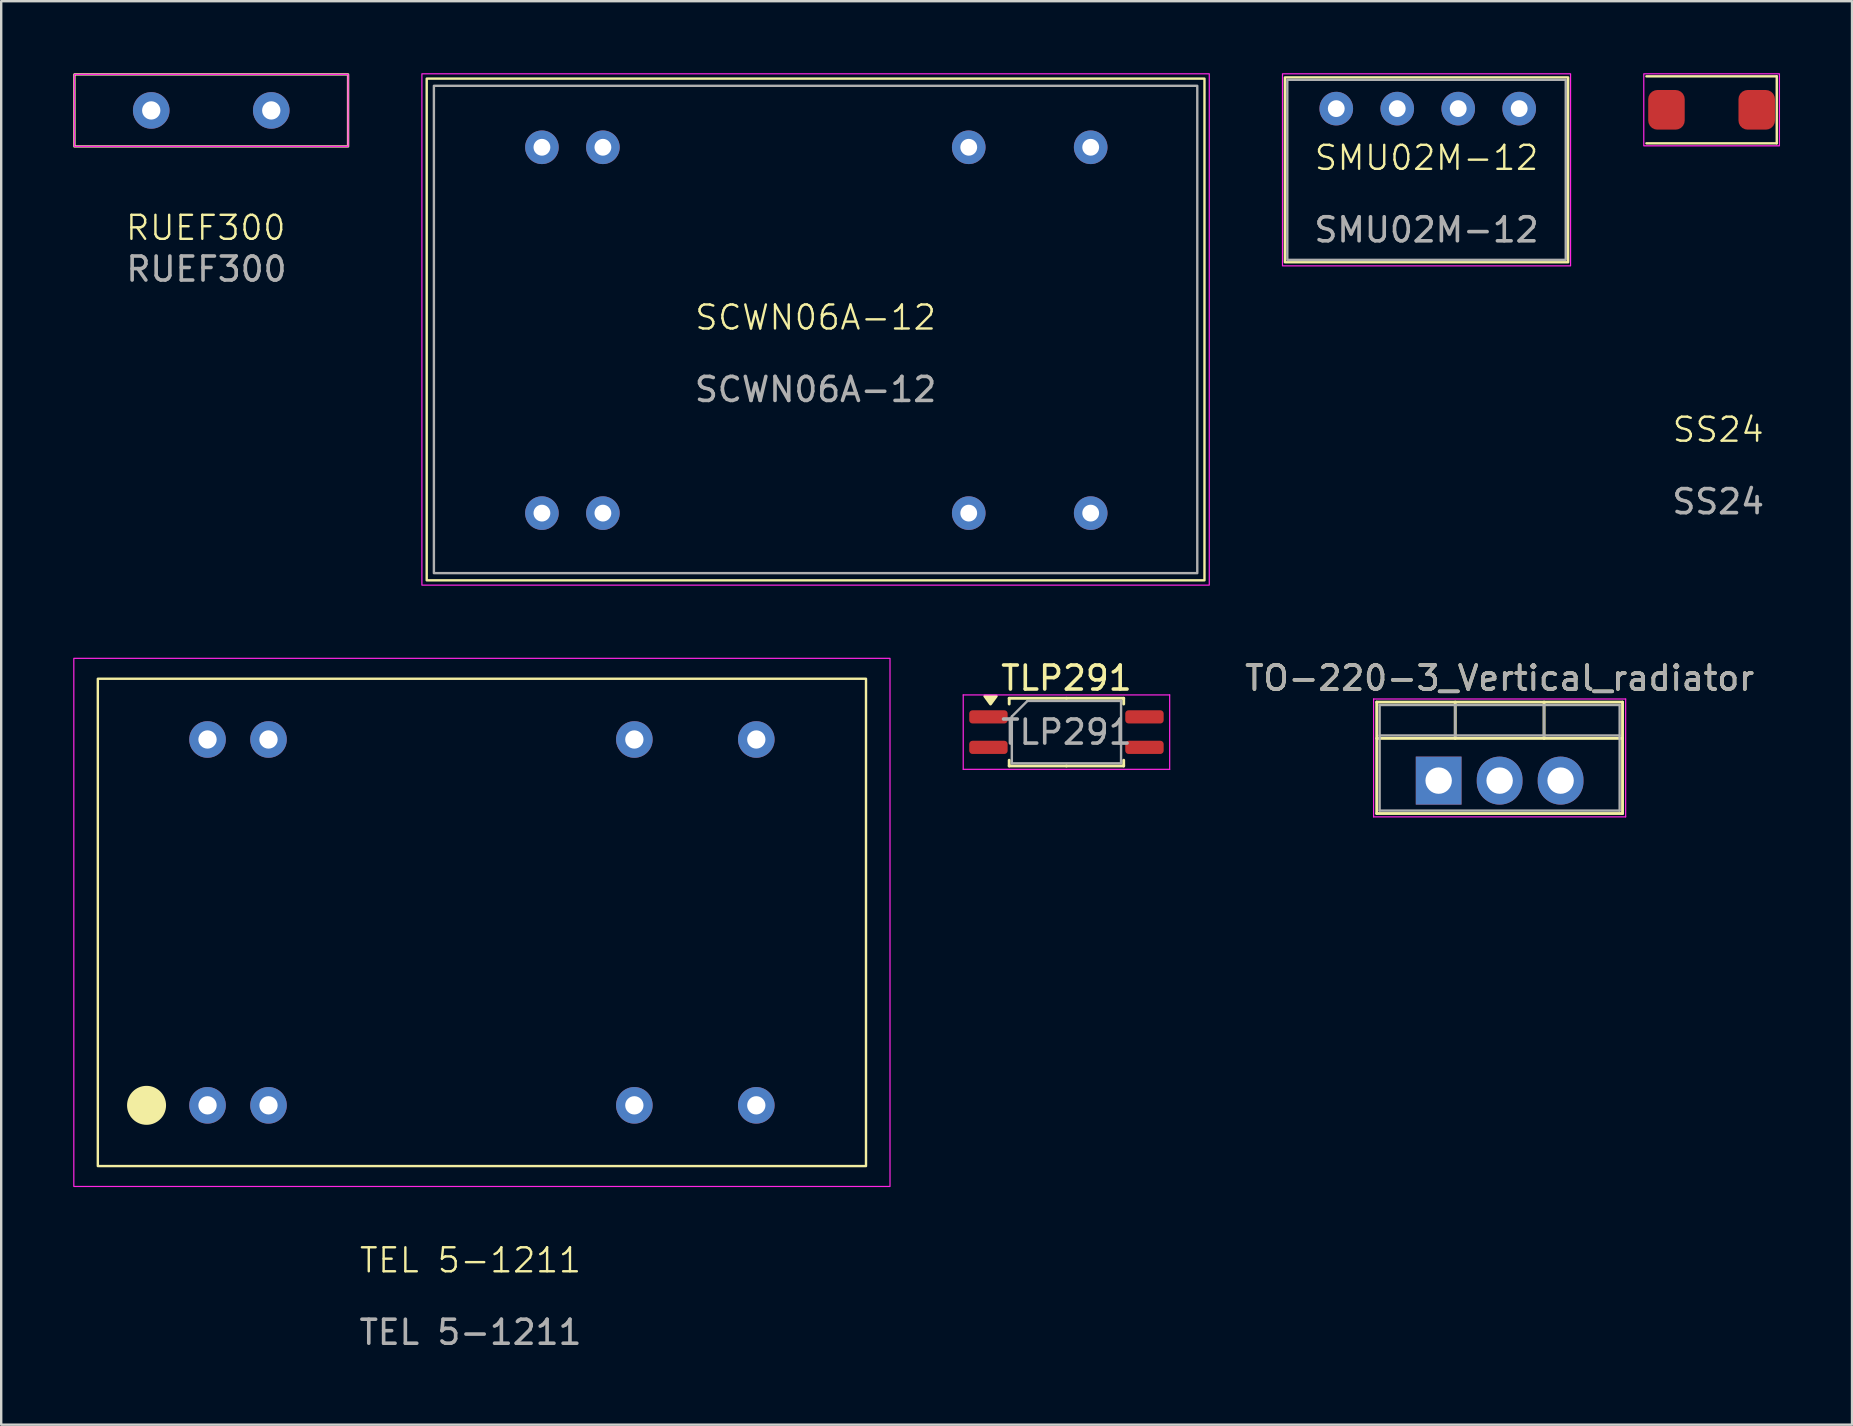
<source format=kicad_pcb>
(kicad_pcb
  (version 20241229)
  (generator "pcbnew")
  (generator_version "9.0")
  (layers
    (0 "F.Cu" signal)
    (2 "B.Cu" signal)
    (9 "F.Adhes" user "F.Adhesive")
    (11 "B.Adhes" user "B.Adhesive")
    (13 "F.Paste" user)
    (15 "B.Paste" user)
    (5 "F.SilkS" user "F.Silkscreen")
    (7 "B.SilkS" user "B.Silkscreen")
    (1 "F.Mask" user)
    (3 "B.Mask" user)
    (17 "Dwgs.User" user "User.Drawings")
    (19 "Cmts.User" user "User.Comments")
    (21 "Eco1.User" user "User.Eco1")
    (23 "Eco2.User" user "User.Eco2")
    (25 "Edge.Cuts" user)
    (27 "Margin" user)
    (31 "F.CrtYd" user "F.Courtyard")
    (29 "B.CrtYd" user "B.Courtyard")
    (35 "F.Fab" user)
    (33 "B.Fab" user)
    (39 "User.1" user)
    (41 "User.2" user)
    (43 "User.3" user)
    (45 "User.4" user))
  (footprint "TO-220-3_Vertical_radiator"
    (layer "F.Cu")
    (at 56.88 29.468)
    (property "Reference" "TO-220-3_Vertical_radiator" (at 2.54 -4.27 0) (layer "F.SilkS") (effects (font (size 1 1) (thickness 0.15))))
    (attr through_hole)
    (fp_line (start -2.58 -3.27) (end -2.58 1.371) (stroke (width 0.12) (type solid)) (layer "F.SilkS"))
    (fp_line (start -2.58 -3.27) (end 7.66 -3.27) (stroke (width 0.12) (type solid)) (layer "F.SilkS"))
    (fp_line (start -2.58 -1.76) (end 7.66 -1.76) (stroke (width 0.12) (type solid)) (layer "F.SilkS"))
    (fp_line (start -2.58 1.371) (end 7.66 1.371) (stroke (width 0.12) (type solid)) (layer "F.SilkS"))
    (fp_line (start 0.69 -3.27) (end 0.69 -1.76) (stroke (width 0.12) (type solid)) (layer "F.SilkS"))
    (fp_line (start 4.391 -3.27) (end 4.391 -1.76) (stroke (width 0.12) (type solid)) (layer "F.SilkS"))
    (fp_line (start 7.66 -3.27) (end 7.66 1.371) (stroke (width 0.12) (type solid)) (layer "F.SilkS"))
    (fp_line (start -2.71 -3.4) (end -2.71 1.51) (stroke (width 0.05) (type solid)) (layer "F.CrtYd"))
    (fp_line (start -2.71 1.51) (end 7.79 1.51) (stroke (width 0.05) (type solid)) (layer "F.CrtYd"))
    (fp_line (start 7.79 -3.4) (end -2.71 -3.4) (stroke (width 0.05) (type solid)) (layer "F.CrtYd"))
    (fp_line (start 7.79 1.51) (end 7.79 -3.4) (stroke (width 0.05) (type solid)) (layer "F.CrtYd"))
    (fp_line (start -2.46 -3.15) (end -2.46 1.25) (stroke (width 0.1) (type solid)) (layer "F.Fab"))
    (fp_line (start -2.46 -1.88) (end 7.54 -1.88) (stroke (width 0.1) (type solid)) (layer "F.Fab"))
    (fp_line (start -2.46 1.25) (end 7.54 1.25) (stroke (width 0.1) (type solid)) (layer "F.Fab"))
    (fp_line (start 0.69 -3.15) (end 0.69 -1.88) (stroke (width 0.1) (type solid)) (layer "F.Fab"))
    (fp_line (start 4.39 -3.15) (end 4.39 -1.88) (stroke (width 0.1) (type solid)) (layer "F.Fab"))
    (fp_line (start 7.54 -3.15) (end -2.46 -3.15) (stroke (width 0.1) (type solid)) (layer "F.Fab"))
    (fp_line (start 7.54 1.25) (end 7.54 -3.15) (stroke (width 0.1) (type solid)) (layer "F.Fab"))
    (fp_text user "${REFERENCE}" (at 2.54 -4.27 0) (layer "F.Fab") (effects (font (size 1 1) (thickness 0.15))))
    (pad "1" thru_hole rect (at 0 0) (size 1.905 2) (drill 1.1) (layers "*.Cu" "*.Mask"))
    (pad "2" thru_hole oval (at 2.54 0) (size 1.905 2) (drill 1.1) (layers "*.Cu" "*.Mask"))
    (pad "3" thru_hole oval (at 5.08 0) (size 1.905 2) (drill 1.1) (layers "*.Cu" "*.Mask")))
  (footprint "SCWN06A-12"
    (layer "F.Cu")
    (at 30.925 10.675)
    (property "Reference" "SCWN06A-12" (at 0 -0.5 0) (unlocked yes) (layer "F.SilkS") (effects (font (size 1 1) (thickness 0.1))))
    (attr through_hole)
    (fp_rect (start -16.2 -10.45) (end 16.2 10.45) (stroke (width 0.1) (type default)) (fill no) (layer "F.SilkS"))
    (fp_rect (start -16.4 -10.65) (end 16.4 10.65) (stroke (width 0.05) (type default)) (fill no) (layer "F.CrtYd"))
    (fp_rect (start -15.9 -10.15) (end 15.9 10.15) (stroke (width 0.1) (type default)) (fill no) (layer "F.Fab"))
    (fp_text user "${REFERENCE}" (at 0 2.5 0) (unlocked yes) (layer "F.Fab") (effects (font (size 1 1) (thickness 0.15))))
    (pad "2" thru_hole circle (at -11.4 7.65 90) (size 1.4 1.4) (drill 0.7) (layers "*.Cu" "*.Mask"))
    (pad "3" thru_hole circle (at -8.86 7.65 90) (size 1.4 1.4) (drill 0.7) (layers "*.Cu" "*.Mask"))
    (pad "9" thru_hole circle (at 6.38 7.65 90) (size 1.4 1.4) (drill 0.7) (layers "*.Cu" "*.Mask"))
    (pad "11" thru_hole circle (at 11.46 7.65 90) (size 1.4 1.4) (drill 0.7) (layers "*.Cu" "*.Mask"))
    (pad "14" thru_hole circle (at 11.46 -7.59 90) (size 1.4 1.4) (drill 0.7) (layers "*.Cu" "*.Mask"))
    (pad "16" thru_hole circle (at 6.38 -7.59 90) (size 1.4 1.4) (drill 0.7) (layers "*.Cu" "*.Mask"))
    (pad "22" thru_hole circle (at -8.86 -7.59 90) (size 1.4 1.4) (drill 0.7) (layers "*.Cu" "*.Mask"))
    (pad "23" thru_hole circle (at -11.4 -7.59 90) (size 1.4 1.4) (drill 0.7) (layers "*.Cu" "*.Mask")))
  (footprint "RUEF300"
    (layer "F.Cu")
    (at 5.75 1.55)
    (property "Reference" "RUEF300" (at -0.23 4.89 0) (unlocked yes) (layer "F.SilkS") (effects (font (size 1 1) (thickness 0.1))))
    (attr through_hole)
    (fp_rect (start -5.7 -1.5) (end 5.7 1.5) (stroke (width 0.1) (type default)) (fill no) (layer "F.SilkS"))
    (fp_rect (start -5.7 -1.5) (end 5.7 1.5) (stroke (width 0.05) (type default)) (fill no) (layer "F.CrtYd"))
    (fp_text user "${REFERENCE}" (at -0.2 6.61 0) (unlocked yes) (layer "F.Fab") (effects (font (size 1 1) (thickness 0.15))))
    (pad "1" thru_hole circle (at -2.5 0) (size 1.524 1.524) (drill 0.762) (layers "*.Cu" "*.Mask"))
    (pad "2" thru_hole circle (at 2.5 0) (size 1.524 1.524) (drill 0.762) (layers "*.Cu" "*.Mask")))
  (footprint "TEL 5-1211"
    (layer "F.Cu")
    (at 17.025 35.375)
    (property "Reference" "TEL 5-1211" (at -0.475 14.075 0) (unlocked yes) (layer "F.SilkS") (effects (font (size 1 1) (thickness 0.1))))
    (attr through_hole)
    (fp_rect (start 16 -10.15) (end -16 10.15) (stroke (width 0.1) (type default)) (fill no) (layer "F.SilkS"))
    (fp_circle (center -13.97 7.62) (end -13.208 7.62) (stroke (width 0.1) (type solid)) (fill yes) (layer "F.SilkS"))
    (fp_rect (start 17 11) (end -17 -11) (stroke (width 0.05) (type default)) (fill no) (layer "F.CrtYd"))
    (fp_text user "${REFERENCE}" (at -0.475 17.075 0) (unlocked yes) (layer "F.Fab") (effects (font (size 1 1) (thickness 0.15))))
    (pad "2" thru_hole circle (at -11.43 7.62) (size 1.524 1.524) (drill 0.762) (layers "*.Cu" "*.Mask"))
    (pad "3" thru_hole circle (at -8.89 7.62) (size 1.524 1.524) (drill 0.762) (layers "*.Cu" "*.Mask"))
    (pad "9" thru_hole circle (at 6.35 7.62) (size 1.524 1.524) (drill 0.762) (layers "*.Cu" "*.Mask"))
    (pad "11" thru_hole circle (at 11.43 7.62) (size 1.524 1.524) (drill 0.762) (layers "*.Cu" "*.Mask"))
    (pad "14" thru_hole circle (at 11.43 -7.62) (size 1.524 1.524) (drill 0.762) (layers "*.Cu" "*.Mask"))
    (pad "16" thru_hole circle (at 6.35 -7.62) (size 1.524 1.524) (drill 0.762) (layers "*.Cu" "*.Mask"))
    (pad "22" thru_hole circle (at -8.89 -7.62) (size 1.524 1.524) (drill 0.762) (layers "*.Cu" "*.Mask"))
    (pad "23" thru_hole circle (at -11.43 -7.62) (size 1.524 1.524) (drill 0.762) (layers "*.Cu" "*.Mask")))
  (footprint "TLP291"
    (layer "F.Cu")
    (at 41.375 27.448)
    (property "Reference" "TLP291" (at 0 -2.25 0) (layer "F.SilkS") (effects (font (size 1 1) (thickness 0.15))))
    (attr smd)
    (fp_line (start -2.385 -1.41) (end -2.385 -1.17) (stroke (width 0.12) (type solid)) (layer "F.SilkS"))
    (fp_line (start -2.385 1.41) (end -2.385 1.17) (stroke (width 0.12) (type solid)) (layer "F.SilkS"))
    (fp_line (start 0 -1.41) (end -2.385 -1.41) (stroke (width 0.12) (type solid)) (layer "F.SilkS"))
    (fp_line (start 0 -1.41) (end 2.385 -1.41) (stroke (width 0.12) (type solid)) (layer "F.SilkS"))
    (fp_line (start 0 1.41) (end -2.385 1.41) (stroke (width 0.12) (type solid)) (layer "F.SilkS"))
    (fp_line (start 0 1.41) (end 2.385 1.41) (stroke (width 0.12) (type solid)) (layer "F.SilkS"))
    (fp_line (start 2.385 -1.41) (end 2.385 -1.17) (stroke (width 0.12) (type solid)) (layer "F.SilkS"))
    (fp_line (start 2.385 1.41) (end 2.385 1.17) (stroke (width 0.12) (type solid)) (layer "F.SilkS"))
    (fp_poly (pts (xy -3.163 -1.17) (xy -3.402 -1.5) (xy -2.922 -1.5) (xy -3.163 -1.17)) (stroke (width 0.12) (type solid)) (fill yes) (layer "F.SilkS"))
    (fp_line (start -4.3 -1.55) (end -4.3 1.55) (stroke (width 0.05) (type solid)) (layer "F.CrtYd"))
    (fp_line (start -4.3 1.55) (end 4.3 1.55) (stroke (width 0.05) (type solid)) (layer "F.CrtYd"))
    (fp_line (start 4.3 -1.55) (end -4.3 -1.55) (stroke (width 0.05) (type solid)) (layer "F.CrtYd"))
    (fp_line (start 4.3 1.55) (end 4.3 -1.55) (stroke (width 0.05) (type solid)) (layer "F.CrtYd"))
    (fp_line (start -2.275 -0.65) (end -1.625 -1.3) (stroke (width 0.1) (type solid)) (layer "F.Fab"))
    (fp_line (start -2.275 1.3) (end -2.275 -0.65) (stroke (width 0.1) (type solid)) (layer "F.Fab"))
    (fp_line (start -1.625 -1.3) (end 2.275 -1.3) (stroke (width 0.1) (type solid)) (layer "F.Fab"))
    (fp_line (start 2.275 -1.3) (end 2.275 1.3) (stroke (width 0.1) (type solid)) (layer "F.Fab"))
    (fp_line (start 2.275 1.3) (end -2.275 1.3) (stroke (width 0.1) (type solid)) (layer "F.Fab"))
    (fp_text user "${REFERENCE}" (at 0 0 0) (layer "F.Fab") (effects (font (size 1 1) (thickness 0.15))))
    (pad "1" smd roundrect (at -3.25 -0.635) (size 1.6 0.55) (layers "F.Cu" "F.Mask" "F.Paste") (roundrect_rratio 0.25))
    (pad "2" smd roundrect (at -3.25 0.635) (size 1.6 0.55) (layers "F.Cu" "F.Mask" "F.Paste") (roundrect_rratio 0.25))
    (pad "3" smd roundrect (at 3.25 0.635) (size 1.6 0.55) (layers "F.Cu" "F.Mask" "F.Paste") (roundrect_rratio 0.25))
    (pad "4" smd roundrect (at 3.25 -0.635) (size 1.6 0.55) (layers "F.Cu" "F.Mask" "F.Paste") (roundrect_rratio 0.25)))
  (footprint "SS24"
    (layer "F.Cu")
    (at 68.25 1.525)
    (property "Reference" "SS24" (at 0.275 13.325 0) (unlocked yes) (layer "F.SilkS") (effects (font (size 1 1) (thickness 0.1))))
    (attr smd)
    (fp_line (start -2.715 1.395) (end 2.715 1.395) (stroke (width 0.1) (type default)) (layer "F.SilkS"))
    (fp_line (start 2.715 -1.395) (end -2.715 -1.395) (stroke (width 0.1) (type default)) (layer "F.SilkS"))
    (fp_line (start 2.715 1.395) (end 2.715 -1.395) (stroke (width 0.1) (type default)) (layer "F.SilkS"))
    (fp_rect (start 2.825 1.5) (end -2.825 -1.5) (stroke (width 0.05) (type default)) (fill no) (layer "F.CrtYd"))
    (fp_text user "${REFERENCE}" (at 0.275 16.325 0) (unlocked yes) (layer "F.Fab") (effects (font (size 1 1) (thickness 0.15))))
    (pad "1" smd roundrect (at -1.88 0) (size 1.52 1.65) (layers "F.Cu" "F.Mask" "F.Paste") (roundrect_rratio 0.25))
    (pad "2" smd roundrect (at 1.88 0) (size 1.52 1.65) (layers "F.Cu" "F.Mask" "F.Paste") (roundrect_rratio 0.25)))
  (footprint "SMU02M-12"
    (layer "F.Cu")
    (at 56.375 4.025)
    (property "Reference" "SMU02M-12" (at 0 -0.5 0) (unlocked yes) (layer "F.SilkS") (effects (font (size 1 1) (thickness 0.1))))
    (attr through_hole)
    (fp_rect (start -5.9 -3.85) (end 5.9 3.85) (stroke (width 0.1) (type default)) (fill no) (layer "F.SilkS"))
    (fp_rect (start -6 -4) (end 6 4) (stroke (width 0.05) (type default)) (fill no) (layer "F.CrtYd"))
    (fp_rect (start -5.8 -3.75) (end 5.8 3.75) (stroke (width 0.1) (type default)) (fill no) (layer "F.Fab"))
    (fp_text user "${REFERENCE}" (at 0 2.5 0) (unlocked yes) (layer "F.Fab") (effects (font (size 1 1) (thickness 0.15))))
    (pad "1" thru_hole circle (at 3.86 -2.55 90) (size 1.4 1.4) (drill 0.7) (layers "*.Cu" "*.Mask"))
    (pad "2" thru_hole circle (at 1.32 -2.55 90) (size 1.4 1.4) (drill 0.7) (layers "*.Cu" "*.Mask"))
    (pad "3" thru_hole circle (at -1.22 -2.55 90) (size 1.4 1.4) (drill 0.7) (layers "*.Cu" "*.Mask"))
    (pad "4" thru_hole circle (at -3.76 -2.55 90) (size 1.4 1.4) (drill 0.7) (layers "*.Cu" "*.Mask")))
  (gr_rect
    (start -3 -3)
    (end 74.1 56.298)
    (stroke (width 0.1) (type default))
    (fill no)
    (layer "Edge.Cuts")))
</source>
